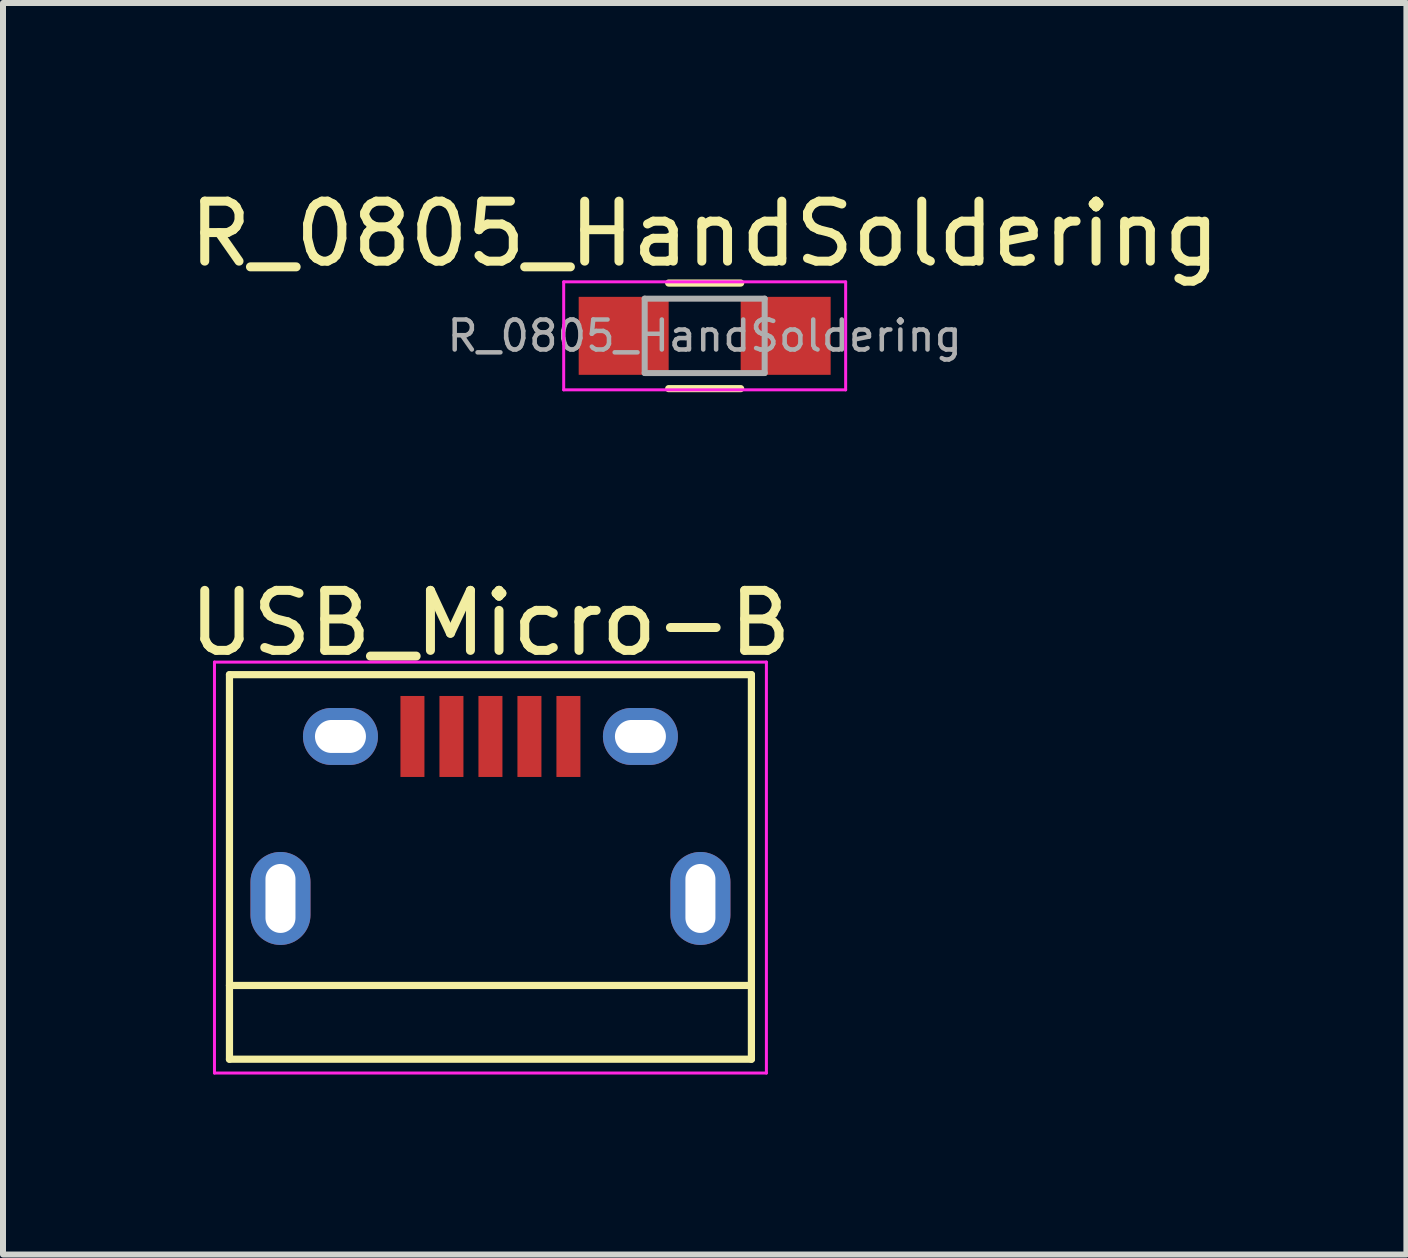
<source format=kicad_pcb>
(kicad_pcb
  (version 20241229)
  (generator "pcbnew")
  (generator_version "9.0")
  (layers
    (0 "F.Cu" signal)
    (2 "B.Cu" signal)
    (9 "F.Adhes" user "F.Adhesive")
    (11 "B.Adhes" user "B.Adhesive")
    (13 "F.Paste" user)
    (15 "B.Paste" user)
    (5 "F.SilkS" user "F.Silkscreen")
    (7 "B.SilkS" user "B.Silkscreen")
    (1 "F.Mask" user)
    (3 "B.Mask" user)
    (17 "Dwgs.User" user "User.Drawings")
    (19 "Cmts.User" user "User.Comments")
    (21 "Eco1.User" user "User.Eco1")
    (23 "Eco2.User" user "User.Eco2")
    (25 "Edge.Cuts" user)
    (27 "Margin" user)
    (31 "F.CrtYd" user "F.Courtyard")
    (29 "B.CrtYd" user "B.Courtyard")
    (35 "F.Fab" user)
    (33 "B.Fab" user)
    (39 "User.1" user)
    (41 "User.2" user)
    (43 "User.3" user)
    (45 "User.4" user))
  (footprint "USB_Micro-B"
    (layer "F.Cu")
    (at 5.125 10.576)
    (property "Reference" "USB_Micro-B" (at 0 -3.24 0) (layer "F.SilkS") (effects (font (size 1 1) (thickness 0.15))))
    (attr smd)
    (fp_line (start -4.35 -2.38) (end 4.35 -2.38) (stroke (width 0.12) (type solid)) (layer "F.SilkS"))
    (fp_line (start -4.35 4.03) (end -4.35 -2.38) (stroke (width 0.12) (type solid)) (layer "F.SilkS"))
    (fp_line (start -4.35 4.03) (end 4.35 4.03) (stroke (width 0.12) (type solid)) (layer "F.SilkS"))
    (fp_line (start 4.35 -2.38) (end 4.35 4.03) (stroke (width 0.12) (type solid)) (layer "F.SilkS"))
    (fp_line (start 4.35 2.8) (end -4.35 2.8) (stroke (width 0.12) (type solid)) (layer "F.SilkS"))
    (fp_line (start -4.6 -2.59) (end 4.6 -2.59) (stroke (width 0.05) (type solid)) (layer "F.CrtYd"))
    (fp_line (start -4.6 4.26) (end -4.6 -2.59) (stroke (width 0.05) (type solid)) (layer "F.CrtYd"))
    (fp_line (start 4.6 -2.59) (end 4.6 4.26) (stroke (width 0.05) (type solid)) (layer "F.CrtYd"))
    (fp_line (start 4.6 4.26) (end -4.6 4.26) (stroke (width 0.05) (type solid)) (layer "F.CrtYd"))
    (pad "1" smd rect (at -1.3 -1.35 90) (size 1.35 0.4) (layers "F.Cu" "F.Mask" "F.Paste"))
    (pad "2" smd rect (at -0.65 -1.35 90) (size 1.35 0.4) (layers "F.Cu" "F.Mask" "F.Paste"))
    (pad "3" smd rect (at 0 -1.35 90) (size 1.35 0.4) (layers "F.Cu" "F.Mask" "F.Paste"))
    (pad "4" smd rect (at 0.65 -1.35 90) (size 1.35 0.4) (layers "F.Cu" "F.Mask" "F.Paste"))
    (pad "5" smd rect (at 1.3 -1.35 90) (size 1.35 0.4) (layers "F.Cu" "F.Mask" "F.Paste"))
    (pad "6" thru_hole oval (at -3.5 1.35 90) (size 1.55 1) (drill oval 1.15 0.5) (layers "*.Cu" "*.Mask"))
    (pad "6" thru_hole oval (at -2.5 -1.35 90) (size 0.95 1.25) (drill oval 0.55 0.85) (layers "*.Cu" "*.Mask"))
    (pad "6" thru_hole oval (at 2.5 -1.35 90) (size 0.95 1.25) (drill oval 0.55 0.85) (layers "*.Cu" "*.Mask"))
    (pad "6" thru_hole oval (at 3.5 1.35 90) (size 1.55 1) (drill oval 1.15 0.5) (layers "*.Cu" "*.Mask")))
  (footprint "R_0805_HandSoldering"
    (layer "F.Cu")
    (at 8.696 2.548)
    (property "Reference" "R_0805_HandSoldering" (at 0 -1.7 0) (layer "F.SilkS") (effects (font (size 1 1) (thickness 0.15))))
    (attr smd)
    (fp_line (start -0.6 -0.88) (end 0.6 -0.88) (stroke (width 0.12) (type solid)) (layer "F.SilkS"))
    (fp_line (start 0.6 0.88) (end -0.6 0.88) (stroke (width 0.12) (type solid)) (layer "F.SilkS"))
    (fp_line (start -2.35 -0.9) (end -2.35 0.9) (stroke (width 0.05) (type solid)) (layer "F.CrtYd"))
    (fp_line (start -2.35 -0.9) (end 2.35 -0.9) (stroke (width 0.05) (type solid)) (layer "F.CrtYd"))
    (fp_line (start 2.35 0.9) (end -2.35 0.9) (stroke (width 0.05) (type solid)) (layer "F.CrtYd"))
    (fp_line (start 2.35 0.9) (end 2.35 -0.9) (stroke (width 0.05) (type solid)) (layer "F.CrtYd"))
    (fp_line (start -1 -0.62) (end 1 -0.62) (stroke (width 0.1) (type solid)) (layer "F.Fab"))
    (fp_line (start -1 0.62) (end -1 -0.62) (stroke (width 0.1) (type solid)) (layer "F.Fab"))
    (fp_line (start 1 -0.62) (end 1 0.62) (stroke (width 0.1) (type solid)) (layer "F.Fab"))
    (fp_line (start 1 0.62) (end -1 0.62) (stroke (width 0.1) (type solid)) (layer "F.Fab"))
    (fp_text user "${REFERENCE}" (at 0 0 0) (layer "F.Fab") (effects (font (size 0.5 0.5) (thickness 0.075))))
    (pad "1" smd rect (at -1.35 0) (size 1.5 1.3) (layers "F.Cu" "F.Mask" "F.Paste"))
    (pad "2" smd rect (at 1.35 0) (size 1.5 1.3) (layers "F.Cu" "F.Mask" "F.Paste")))
  (gr_rect
    (start -3 -3)
    (end 20.393 17.861)
    (stroke (width 0.1) (type default))
    (fill no)
    (layer "Edge.Cuts")))
</source>
